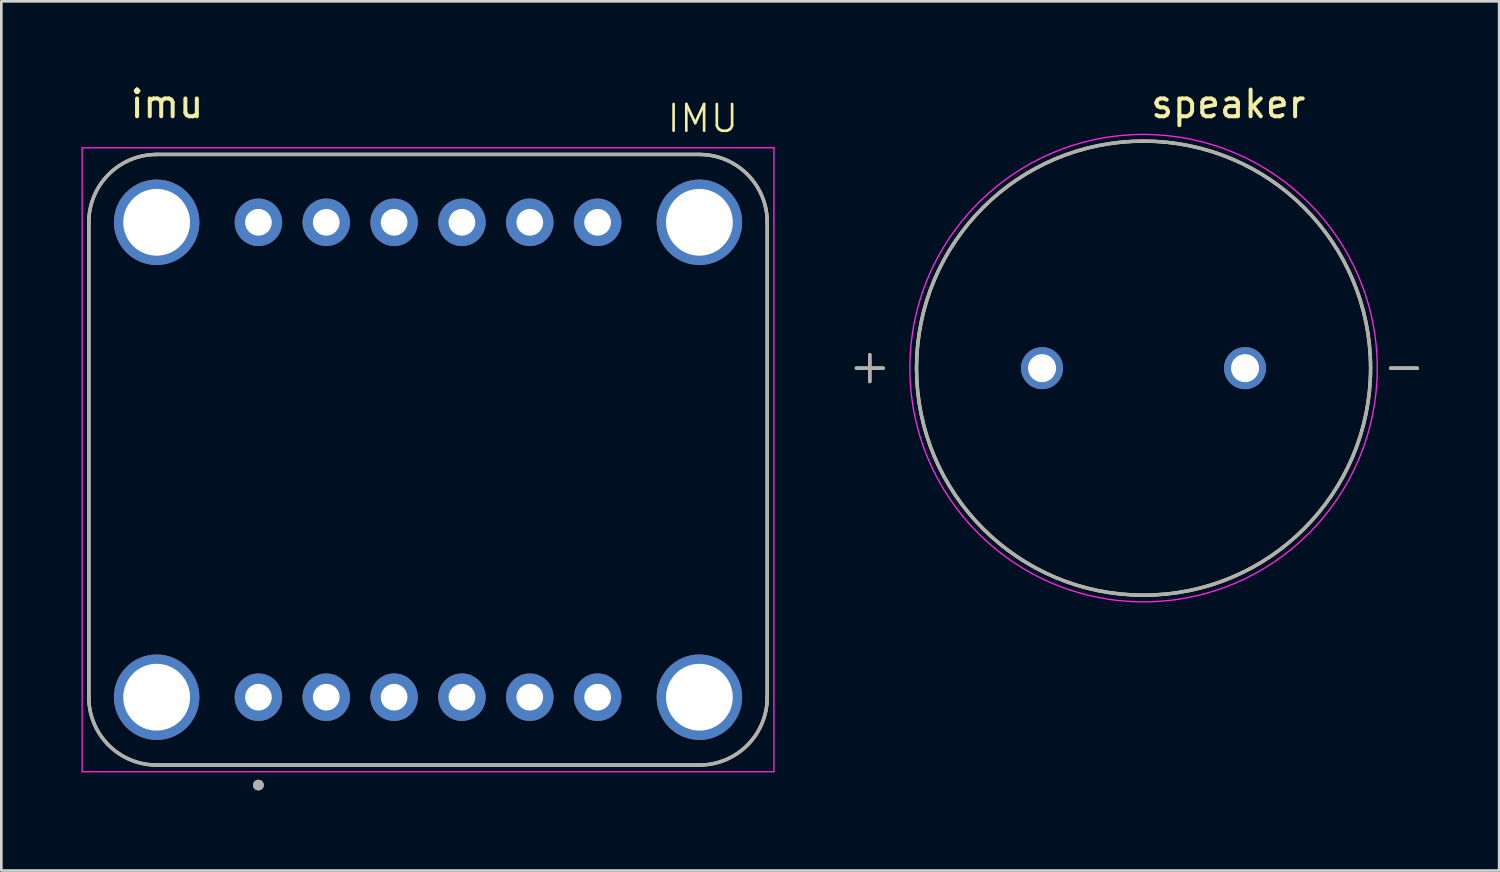
<source format=kicad_pcb>
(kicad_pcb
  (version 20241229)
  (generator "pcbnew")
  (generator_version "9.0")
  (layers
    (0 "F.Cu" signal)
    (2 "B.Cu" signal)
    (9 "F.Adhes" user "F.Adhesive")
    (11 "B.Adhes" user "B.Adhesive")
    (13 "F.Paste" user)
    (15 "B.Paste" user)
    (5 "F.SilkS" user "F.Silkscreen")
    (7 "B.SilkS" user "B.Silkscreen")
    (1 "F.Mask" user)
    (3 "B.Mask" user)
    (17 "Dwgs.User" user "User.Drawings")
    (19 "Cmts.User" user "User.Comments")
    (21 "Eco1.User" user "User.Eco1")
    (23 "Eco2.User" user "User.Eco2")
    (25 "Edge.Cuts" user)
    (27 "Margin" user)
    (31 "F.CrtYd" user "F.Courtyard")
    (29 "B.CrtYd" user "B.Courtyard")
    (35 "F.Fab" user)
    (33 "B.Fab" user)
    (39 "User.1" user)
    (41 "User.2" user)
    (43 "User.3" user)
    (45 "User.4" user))
  (footprint "speaker"
    (layer "F.Cu")
    (at 39.764 10.733)
    (property "Reference" "speaker" (at 3.175 -9.885 0) (layer "F.SilkS") (effects (font (size 1 1) (thickness 0.15))))
    (attr through_hole)
    (fp_line (start -10.75 0) (end -9.75 0) (stroke (width 0.127) (type solid)) (layer "F.SilkS"))
    (fp_line (start -10.25 -0.5) (end -10.25 0.5) (stroke (width 0.127) (type solid)) (layer "F.SilkS"))
    (fp_line (start 9.25 0) (end 10.25 0) (stroke (width 0.127) (type solid)) (layer "F.SilkS"))
    (fp_circle (center 0 0) (end 8.5 0) (stroke (width 0.127) (type solid)) (fill no) (layer "F.SilkS"))
    (fp_circle (center 0 0) (end 8.75 0) (stroke (width 0.05) (type solid)) (fill no) (layer "F.CrtYd"))
    (fp_line (start -10.75 0) (end -9.75 0) (stroke (width 0.127) (type solid)) (layer "F.Fab"))
    (fp_line (start -10.25 -0.5) (end -10.25 0.5) (stroke (width 0.127) (type solid)) (layer "F.Fab"))
    (fp_line (start 9.25 0) (end 10.25 0) (stroke (width 0.127) (type solid)) (layer "F.Fab"))
    (fp_circle (center 0 0) (end 8.5 0) (stroke (width 0.127) (type solid)) (fill no) (layer "F.Fab"))
    (pad "N" thru_hole circle (at 3.8 0) (size 1.575 1.575) (drill 1.05) (layers "*.Cu" "*.Mask"))
    (pad "P" thru_hole circle (at -3.8 0) (size 1.575 1.575) (drill 1.05) (layers "*.Cu" "*.Mask")))
  (footprint "imu"
    (layer "F.Cu")
    (at 12.975 14.163)
    (property "Reference" "imu" (at -9.775 -13.315 0) (layer "F.SilkS") (effects (font (size 1 1) (thickness 0.15))))
    (attr through_hole)
    (fp_line (start -12.7 -8.89) (end -12.7 8.89) (stroke (width 0.127) (type solid)) (layer "F.SilkS"))
    (fp_line (start -10.16 11.43) (end 10.16 11.43) (stroke (width 0.127) (type solid)) (layer "F.SilkS"))
    (fp_line (start 10.16 -11.43) (end -10.16 -11.43) (stroke (width 0.127) (type solid)) (layer "F.SilkS"))
    (fp_line (start 12.7 8.89) (end 12.7 -8.89) (stroke (width 0.127) (type solid)) (layer "F.SilkS"))
    (fp_arc (start -12.7 -8.89) (mid -11.956051 -10.686051) (end -10.16 -11.43) (stroke (width 0.127) (type solid)) (layer "F.SilkS"))
    (fp_arc (start -10.16 11.43) (mid -11.956051 10.686051) (end -12.7 8.89) (stroke (width 0.127) (type solid)) (layer "F.SilkS"))
    (fp_arc (start 10.16 -11.43) (mid 11.956051 -10.686051) (end 12.7 -8.89) (stroke (width 0.127) (type solid)) (layer "F.SilkS"))
    (fp_arc (start 12.7 8.89) (mid 11.956051 10.686051) (end 10.16 11.43) (stroke (width 0.127) (type solid)) (layer "F.SilkS"))
    (fp_circle (center -6.35 12.18) (end -6.25 12.18) (stroke (width 0.2) (type solid)) (fill no) (layer "F.SilkS"))
    (fp_line (start -12.95 -11.68) (end -12.95 11.68) (stroke (width 0.05) (type solid)) (layer "F.CrtYd"))
    (fp_line (start -12.95 11.68) (end 12.95 11.68) (stroke (width 0.05) (type solid)) (layer "F.CrtYd"))
    (fp_line (start 12.95 -11.68) (end -12.95 -11.68) (stroke (width 0.05) (type solid)) (layer "F.CrtYd"))
    (fp_line (start 12.95 11.68) (end 12.95 -11.68) (stroke (width 0.05) (type solid)) (layer "F.CrtYd"))
    (fp_line (start -12.7 -8.89) (end -12.7 8.89) (stroke (width 0.127) (type solid)) (layer "F.Fab"))
    (fp_line (start -10.16 11.43) (end 10.16 11.43) (stroke (width 0.127) (type solid)) (layer "F.Fab"))
    (fp_line (start 10.16 -11.43) (end -10.16 -11.43) (stroke (width 0.127) (type solid)) (layer "F.Fab"))
    (fp_line (start 12.7 8.89) (end 12.7 -8.89) (stroke (width 0.127) (type solid)) (layer "F.Fab"))
    (fp_arc (start -12.7 -8.89) (mid -11.956051 -10.686051) (end -10.16 -11.43) (stroke (width 0.127) (type solid)) (layer "F.Fab"))
    (fp_arc (start -10.16 11.43) (mid -11.956051 10.686051) (end -12.7 8.89) (stroke (width 0.127) (type solid)) (layer "F.Fab"))
    (fp_arc (start 10.16 -11.43) (mid 11.956051 -10.686051) (end 12.7 -8.89) (stroke (width 0.127) (type solid)) (layer "F.Fab"))
    (fp_arc (start 12.7 8.89) (mid 11.956051 10.686051) (end 10.16 11.43) (stroke (width 0.127) (type solid)) (layer "F.Fab"))
    (fp_circle (center -6.35 12.18) (end -6.25 12.18) (stroke (width 0.2) (type solid)) (fill no) (layer "F.Fab"))
    (fp_text user "IMU" (at 8.89 -12.192 0) (unlocked yes) (layer "F.SilkS") (effects (font (size 1 1) (thickness 0.1)) (justify left bottom)))
    (pad "JP1_1" thru_hole circle (at -6.35 8.89) (size 1.778 1.778) (drill 1) (layers "*.Cu" "*.Mask"))
    (pad "JP1_2" thru_hole circle (at -3.81 8.89) (size 1.778 1.778) (drill 1) (layers "*.Cu" "*.Mask"))
    (pad "JP1_3" thru_hole circle (at -1.27 8.89) (size 1.778 1.778) (drill 1) (layers "*.Cu" "*.Mask"))
    (pad "JP1_4" thru_hole circle (at 1.27 8.89) (size 1.778 1.778) (drill 1) (layers "*.Cu" "*.Mask"))
    (pad "JP1_5" thru_hole circle (at 3.81 8.89) (size 1.778 1.778) (drill 1) (layers "*.Cu" "*.Mask"))
    (pad "JP1_6" thru_hole circle (at 6.35 8.89) (size 1.778 1.778) (drill 1) (layers "*.Cu" "*.Mask"))
    (pad "JP2_1" thru_hole circle (at -6.35 -8.89) (size 1.778 1.778) (drill 1) (layers "*.Cu" "*.Mask"))
    (pad "JP2_2" thru_hole circle (at -3.81 -8.89) (size 1.778 1.778) (drill 1) (layers "*.Cu" "*.Mask"))
    (pad "JP2_3" thru_hole circle (at -1.27 -8.89) (size 1.778 1.778) (drill 1) (layers "*.Cu" "*.Mask"))
    (pad "JP2_4" thru_hole circle (at 1.27 -8.89) (size 1.778 1.778) (drill 1) (layers "*.Cu" "*.Mask"))
    (pad "JP2_5" thru_hole circle (at 3.81 -8.89) (size 1.778 1.778) (drill 1) (layers "*.Cu" "*.Mask"))
    (pad "JP2_6" thru_hole circle (at 6.35 -8.89) (size 1.778 1.778) (drill 1) (layers "*.Cu" "*.Mask"))
    (pad "P1" thru_hole circle (at -10.16 -8.89) (size 3.2 3.2) (drill 2.5) (layers "*.Cu" "*.Mask"))
    (pad "P2" thru_hole circle (at 10.16 -8.89) (size 3.2 3.2) (drill 2.5) (layers "*.Cu" "*.Mask"))
    (pad "P3" thru_hole circle (at -10.16 8.89) (size 3.2 3.2) (drill 2.5) (layers "*.Cu" "*.Mask"))
    (pad "P4" thru_hole circle (at 10.16 8.89) (size 3.2 3.2) (drill 2.5) (layers "*.Cu" "*.Mask")))
  (gr_rect
    (start -3 -3)
    (end 53.077 29.543)
    (stroke (width 0.1) (type default))
    (fill no)
    (layer "Edge.Cuts")))
</source>
